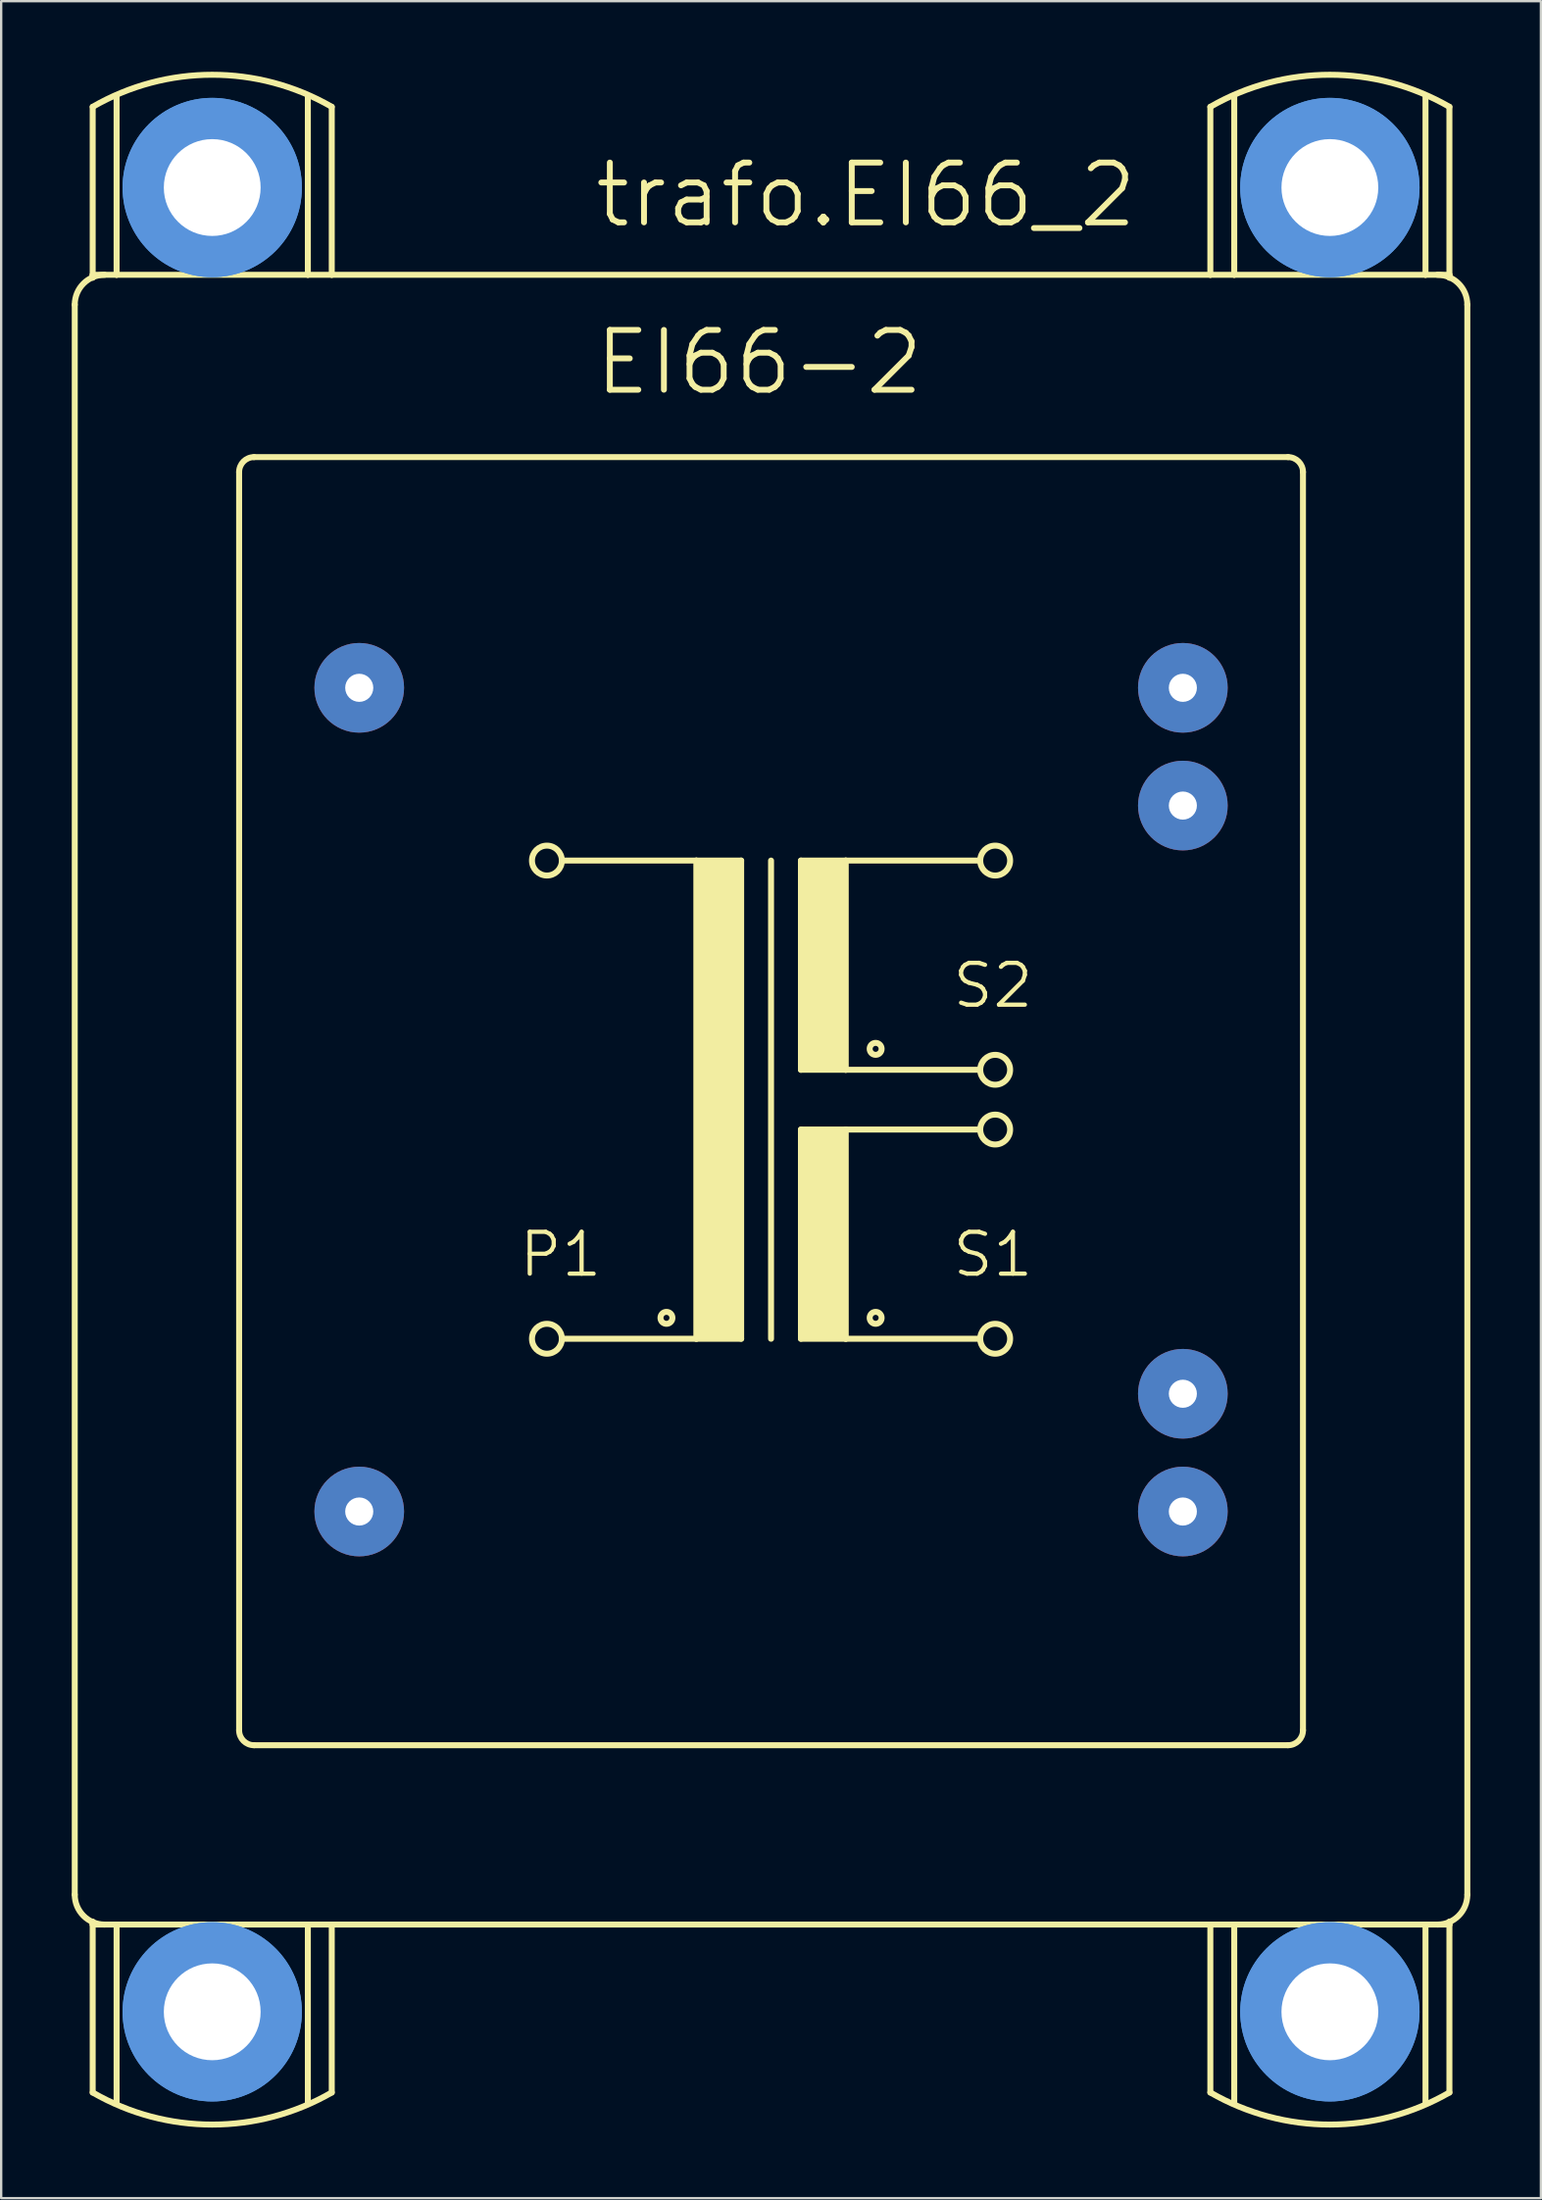
<source format=kicad_pcb>
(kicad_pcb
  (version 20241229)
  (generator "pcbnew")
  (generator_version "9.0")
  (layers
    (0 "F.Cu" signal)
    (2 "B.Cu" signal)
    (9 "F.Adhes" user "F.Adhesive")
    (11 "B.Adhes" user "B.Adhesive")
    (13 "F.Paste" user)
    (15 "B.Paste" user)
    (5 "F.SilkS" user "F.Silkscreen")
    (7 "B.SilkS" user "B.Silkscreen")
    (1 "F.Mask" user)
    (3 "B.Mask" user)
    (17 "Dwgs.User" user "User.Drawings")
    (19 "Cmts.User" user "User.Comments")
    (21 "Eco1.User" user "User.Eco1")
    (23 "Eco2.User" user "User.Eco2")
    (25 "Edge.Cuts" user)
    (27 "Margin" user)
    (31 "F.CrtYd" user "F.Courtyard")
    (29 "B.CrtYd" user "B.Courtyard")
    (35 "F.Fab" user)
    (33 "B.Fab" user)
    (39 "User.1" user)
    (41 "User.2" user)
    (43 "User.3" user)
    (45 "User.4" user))
  (footprint "trafo.EI66_2"
    (layer "F.Cu")
    (at 29.718 43.679)
    (property "Reference" "trafo.EI66_2" (at -7.62 -36.957 0) (layer "F.SilkS") (effects (font (size 2.54 2.54) (thickness 0.25)) (justify left bottom)))
    (attr through_hole)
    (fp_line (start -29.591 33.782) (end -29.591 -33.782) (stroke (width 0.254) (type default)) (layer "F.SilkS"))
    (fp_line (start -28.829 -42.189) (end -28.829 -35.052) (stroke (width 0.254) (type default)) (layer "F.SilkS"))
    (fp_line (start -28.829 -35.052) (end -27.813 -35.052) (stroke (width 0.254) (type default)) (layer "F.SilkS"))
    (fp_line (start -28.829 -34.925) (end -28.829 -35.052) (stroke (width 0.254) (type default)) (layer "F.SilkS"))
    (fp_line (start -28.829 35.052) (end -28.829 34.925) (stroke (width 0.254) (type default)) (layer "F.SilkS"))
    (fp_line (start -28.829 35.052) (end -28.829 42.189) (stroke (width 0.254) (type default)) (layer "F.SilkS"))
    (fp_line (start -28.829 35.052) (end -27.813 35.052) (stroke (width 0.254) (type default)) (layer "F.SilkS"))
    (fp_line (start -27.813 -35.052) (end -27.813 -42.672) (stroke (width 0.254) (type default)) (layer "F.SilkS"))
    (fp_line (start -27.813 -35.052) (end -19.685 -35.052) (stroke (width 0.254) (type default)) (layer "F.SilkS"))
    (fp_line (start -27.813 35.052) (end -27.813 42.672) (stroke (width 0.254) (type default)) (layer "F.SilkS"))
    (fp_line (start -22.606 -26.67) (end -22.606 26.797) (stroke (width 0.254) (type default)) (layer "F.SilkS"))
    (fp_line (start -21.971 -27.305) (end 21.971 -27.305) (stroke (width 0.254) (type default)) (layer "F.SilkS"))
    (fp_line (start -21.971 27.432) (end 21.971 27.432) (stroke (width 0.254) (type default)) (layer "F.SilkS"))
    (fp_line (start -19.685 -35.052) (end -19.685 -42.672) (stroke (width 0.254) (type default)) (layer "F.SilkS"))
    (fp_line (start -19.685 -35.052) (end -18.669 -35.052) (stroke (width 0.254) (type default)) (layer "F.SilkS"))
    (fp_line (start -19.685 35.052) (end -27.813 35.052) (stroke (width 0.254) (type default)) (layer "F.SilkS"))
    (fp_line (start -19.685 35.052) (end -19.685 42.672) (stroke (width 0.254) (type default)) (layer "F.SilkS"))
    (fp_line (start -18.669 -35.052) (end -18.669 -42.189) (stroke (width 0.254) (type default)) (layer "F.SilkS"))
    (fp_line (start -18.669 35.052) (end -19.685 35.052) (stroke (width 0.254) (type default)) (layer "F.SilkS"))
    (fp_line (start -18.669 42.189) (end -18.669 35.052) (stroke (width 0.254) (type default)) (layer "F.SilkS"))
    (fp_line (start -8.89 -10.16) (end -3.175 -10.16) (stroke (width 0.254) (type default)) (layer "F.SilkS"))
    (fp_line (start -3.175 -10.16) (end -3.175 10.16) (stroke (width 0.254) (type default)) (layer "F.SilkS"))
    (fp_line (start -3.175 -10.16) (end -1.27 -10.16) (stroke (width 0.254) (type default)) (layer "F.SilkS"))
    (fp_line (start -3.175 10.16) (end -8.89 10.16) (stroke (width 0.254) (type default)) (layer "F.SilkS"))
    (fp_line (start -1.27 -10.16) (end -1.27 10.16) (stroke (width 0.254) (type default)) (layer "F.SilkS"))
    (fp_line (start -1.27 10.16) (end -3.175 10.16) (stroke (width 0.254) (type default)) (layer "F.SilkS"))
    (fp_line (start 0 -10.16) (end 0 10.16) (stroke (width 0.254) (type default)) (layer "F.SilkS"))
    (fp_line (start 1.27 -10.16) (end 1.27 -1.27) (stroke (width 0.254) (type default)) (layer "F.SilkS"))
    (fp_line (start 1.27 -10.16) (end 3.175 -10.16) (stroke (width 0.254) (type default)) (layer "F.SilkS"))
    (fp_line (start 1.27 -1.27) (end 3.175 -1.27) (stroke (width 0.254) (type default)) (layer "F.SilkS"))
    (fp_line (start 1.27 1.27) (end 1.27 10.16) (stroke (width 0.254) (type default)) (layer "F.SilkS"))
    (fp_line (start 1.27 1.27) (end 3.175 1.27) (stroke (width 0.254) (type default)) (layer "F.SilkS"))
    (fp_line (start 1.27 10.16) (end 3.175 10.16) (stroke (width 0.254) (type default)) (layer "F.SilkS"))
    (fp_line (start 3.175 -10.16) (end 8.89 -10.16) (stroke (width 0.254) (type default)) (layer "F.SilkS"))
    (fp_line (start 3.175 -1.27) (end 3.175 -10.16) (stroke (width 0.254) (type default)) (layer "F.SilkS"))
    (fp_line (start 3.175 -1.27) (end 8.89 -1.27) (stroke (width 0.254) (type default)) (layer "F.SilkS"))
    (fp_line (start 3.175 1.27) (end 8.89 1.27) (stroke (width 0.254) (type default)) (layer "F.SilkS"))
    (fp_line (start 3.175 10.16) (end 3.175 1.27) (stroke (width 0.254) (type default)) (layer "F.SilkS"))
    (fp_line (start 3.175 10.16) (end 8.89 10.16) (stroke (width 0.254) (type default)) (layer "F.SilkS"))
    (fp_line (start 18.669 -42.189) (end 18.669 -35.052) (stroke (width 0.254) (type default)) (layer "F.SilkS"))
    (fp_line (start 18.669 -35.052) (end -18.669 -35.052) (stroke (width 0.254) (type default)) (layer "F.SilkS"))
    (fp_line (start 18.669 -35.052) (end 19.685 -35.052) (stroke (width 0.254) (type default)) (layer "F.SilkS"))
    (fp_line (start 18.669 35.052) (end -18.669 35.052) (stroke (width 0.254) (type default)) (layer "F.SilkS"))
    (fp_line (start 18.669 35.052) (end 18.669 42.189) (stroke (width 0.254) (type default)) (layer "F.SilkS"))
    (fp_line (start 19.685 -35.052) (end 19.685 -42.672) (stroke (width 0.254) (type default)) (layer "F.SilkS"))
    (fp_line (start 19.685 -35.052) (end 27.813 -35.052) (stroke (width 0.254) (type default)) (layer "F.SilkS"))
    (fp_line (start 19.685 35.052) (end 18.669 35.052) (stroke (width 0.254) (type default)) (layer "F.SilkS"))
    (fp_line (start 19.685 35.052) (end 19.685 42.672) (stroke (width 0.254) (type default)) (layer "F.SilkS"))
    (fp_line (start 22.606 26.797) (end 22.606 -26.67) (stroke (width 0.254) (type default)) (layer "F.SilkS"))
    (fp_line (start 27.813 -35.052) (end 27.813 -42.672) (stroke (width 0.254) (type default)) (layer "F.SilkS"))
    (fp_line (start 27.813 -35.052) (end 28.829 -35.052) (stroke (width 0.254) (type default)) (layer "F.SilkS"))
    (fp_line (start 27.813 35.052) (end 19.685 35.052) (stroke (width 0.254) (type default)) (layer "F.SilkS"))
    (fp_line (start 27.813 35.052) (end 27.813 42.672) (stroke (width 0.254) (type default)) (layer "F.SilkS"))
    (fp_line (start 28.829 -35.052) (end 28.829 -42.189) (stroke (width 0.254) (type default)) (layer "F.SilkS"))
    (fp_line (start 28.829 -34.925) (end 28.829 -35.052) (stroke (width 0.254) (type default)) (layer "F.SilkS"))
    (fp_line (start 28.829 35.052) (end 27.813 35.052) (stroke (width 0.254) (type default)) (layer "F.SilkS"))
    (fp_line (start 28.829 35.052) (end 28.829 34.925) (stroke (width 0.254) (type default)) (layer "F.SilkS"))
    (fp_line (start 28.829 42.189) (end 28.829 35.052) (stroke (width 0.254) (type default)) (layer "F.SilkS"))
    (fp_line (start 29.591 -33.782) (end 29.591 33.782) (stroke (width 0.254) (type default)) (layer "F.SilkS"))
    (fp_rect (start -3.175 10.16) (end -1.27 -10.16) (stroke (width 0.05) (type default)) (fill yes) (layer "F.SilkS"))
    (fp_rect (start 1.27 -1.27) (end 3.175 -10.16) (stroke (width 0.05) (type default)) (fill yes) (layer "F.SilkS"))
    (fp_rect (start 1.27 10.16) (end 3.175 1.27) (stroke (width 0.05) (type default)) (fill yes) (layer "F.SilkS"))
    (fp_arc (start -29.591 -33.782) (mid -29.219026 -34.680026) (end -28.321 -35.052) (stroke (width 0.254) (type default)) (layer "F.SilkS"))
    (fp_arc (start -28.829 -42.1894) (mid -23.749 -43.551979) (end -18.669 -42.1894) (stroke (width 0.254) (type default)) (layer "F.SilkS"))
    (fp_arc (start -28.321 35.052) (mid -29.219026 34.680026) (end -29.591 33.782) (stroke (width 0.254) (type default)) (layer "F.SilkS"))
    (fp_arc (start -22.606 -26.67) (mid -22.420013 -27.119013) (end -21.971 -27.305) (stroke (width 0.254) (type default)) (layer "F.SilkS"))
    (fp_arc (start -21.971 27.432) (mid -22.420013 27.246013) (end -22.606 26.797) (stroke (width 0.254) (type default)) (layer "F.SilkS"))
    (fp_arc (start -18.669 42.1894) (mid -23.749 43.551979) (end -28.829 42.1894) (stroke (width 0.254) (type default)) (layer "F.SilkS"))
    (fp_arc (start 18.669 -42.1894) (mid 23.749 -43.551979) (end 28.829 -42.1894) (stroke (width 0.254) (type default)) (layer "F.SilkS"))
    (fp_arc (start 21.971 -27.305) (mid 22.420013 -27.119013) (end 22.606 -26.67) (stroke (width 0.254) (type default)) (layer "F.SilkS"))
    (fp_arc (start 22.606 26.797) (mid 22.420013 27.246013) (end 21.971 27.432) (stroke (width 0.254) (type default)) (layer "F.SilkS"))
    (fp_arc (start 28.321 -35.052) (mid 29.219026 -34.680026) (end 29.591 -33.782) (stroke (width 0.254) (type default)) (layer "F.SilkS"))
    (fp_arc (start 28.829 42.1894) (mid 23.749 43.551979) (end 18.669 42.1894) (stroke (width 0.254) (type default)) (layer "F.SilkS"))
    (fp_arc (start 29.591 33.782) (mid 29.219026 34.680026) (end 28.321 35.052) (stroke (width 0.254) (type default)) (layer "F.SilkS"))
    (fp_circle (center -9.525 -10.16) (end -8.89 -10.16) (stroke (width 0.254) (type default)) (fill no) (layer "F.SilkS"))
    (fp_circle (center -9.525 10.16) (end -8.89 10.16) (stroke (width 0.254) (type default)) (fill no) (layer "F.SilkS"))
    (fp_circle (center -4.445 9.271) (end -4.191 9.271) (stroke (width 0.254) (type default)) (fill no) (layer "F.SilkS"))
    (fp_circle (center 4.445 -2.159) (end 4.699 -2.159) (stroke (width 0.254) (type default)) (fill no) (layer "F.SilkS"))
    (fp_circle (center 4.445 9.271) (end 4.699 9.271) (stroke (width 0.254) (type default)) (fill no) (layer "F.SilkS"))
    (fp_circle (center 9.525 -10.16) (end 10.16 -10.16) (stroke (width 0.254) (type default)) (fill no) (layer "F.SilkS"))
    (fp_circle (center 9.525 -1.27) (end 10.16 -1.27) (stroke (width 0.254) (type default)) (fill no) (layer "F.SilkS"))
    (fp_circle (center 9.525 1.27) (end 10.16 1.27) (stroke (width 0.254) (type default)) (fill no) (layer "F.SilkS"))
    (fp_circle (center 9.525 10.16) (end 10.16 10.16) (stroke (width 0.254) (type default)) (fill no) (layer "F.SilkS"))
    (fp_circle (center -23.749 -38.76) (end -20.828 -38.76) (stroke (width 1.778) (type default)) (fill no) (layer "Cmts.User"))
    (fp_circle (center -23.749 -38.76) (end -20.828 -38.76) (stroke (width 1.778) (type default)) (fill no) (layer "Cmts.User"))
    (fp_circle (center -23.749 38.76) (end -20.828 38.76) (stroke (width 1.778) (type default)) (fill no) (layer "Cmts.User"))
    (fp_circle (center -23.749 38.76) (end -20.828 38.76) (stroke (width 1.778) (type default)) (fill no) (layer "Cmts.User"))
    (fp_circle (center 23.749 -38.76) (end 26.67 -38.76) (stroke (width 1.778) (type default)) (fill no) (layer "Cmts.User"))
    (fp_circle (center 23.749 -38.76) (end 26.67 -38.76) (stroke (width 1.778) (type default)) (fill no) (layer "Cmts.User"))
    (fp_circle (center 23.749 38.76) (end 26.67 38.76) (stroke (width 1.778) (type default)) (fill no) (layer "Cmts.User"))
    (fp_circle (center 23.749 38.76) (end 26.67 38.76) (stroke (width 1.778) (type default)) (fill no) (layer "Cmts.User"))
    (fp_text user "S2" (at 7.62 -3.81 0) (layer "F.SilkS") (effects (font (size 1.778 1.778) (thickness 0.18)) (justify left bottom)))
    (fp_text user "P1" (at -10.795 7.62 0) (layer "F.SilkS") (effects (font (size 1.778 1.778) (thickness 0.18)) (justify left bottom)))
    (fp_text user "EI66-2" (at -7.62 -29.845 0) (layer "F.SilkS") (effects (font (size 2.54 2.54) (thickness 0.25)) (justify left bottom)))
    (fp_text user "S1" (at 7.62 7.62 0) (layer "F.SilkS") (effects (font (size 1.778 1.778) (thickness 0.18)) (justify left bottom)))
    (pad "" np_thru_hole circle (at -23.749 -38.76) (size 4.115 4.115) (drill 4.115) (layers "*.Cu" "*.Mask"))
    (pad "" np_thru_hole circle (at -23.749 38.76) (size 4.115 4.115) (drill 4.115) (layers "*.Cu" "*.Mask"))
    (pad "" np_thru_hole circle (at 23.749 -38.76) (size 4.115 4.115) (drill 4.115) (layers "*.Cu" "*.Mask"))
    (pad "" np_thru_hole circle (at 23.749 38.76) (size 4.115 4.115) (drill 4.115) (layers "*.Cu" "*.Mask"))
    (pad "1" thru_hole circle (at -17.501 -17.501) (size 3.81 3.81) (drill 1.194) (layers "*.Cu" "*.Mask"))
    (pad "8" thru_hole circle (at -17.501 17.501) (size 3.81 3.81) (drill 1.194) (layers "*.Cu" "*.Mask"))
    (pad "9" thru_hole circle (at 17.501 17.501) (size 3.81 3.81) (drill 1.194) (layers "*.Cu" "*.Mask"))
    (pad "10" thru_hole circle (at 17.501 12.497) (size 3.81 3.81) (drill 1.194) (layers "*.Cu" "*.Mask"))
    (pad "15" thru_hole circle (at 17.501 -12.497) (size 3.81 3.81) (drill 1.194) (layers "*.Cu" "*.Mask"))
    (pad "16" thru_hole circle (at 17.501 -17.501) (size 3.81 3.81) (drill 1.194) (layers "*.Cu" "*.Mask")))
  (gr_rect
    (start -3 -3)
    (end 62.436 90.358)
    (stroke (width 0.1) (type default))
    (fill no)
    (layer "Edge.Cuts")))
</source>
